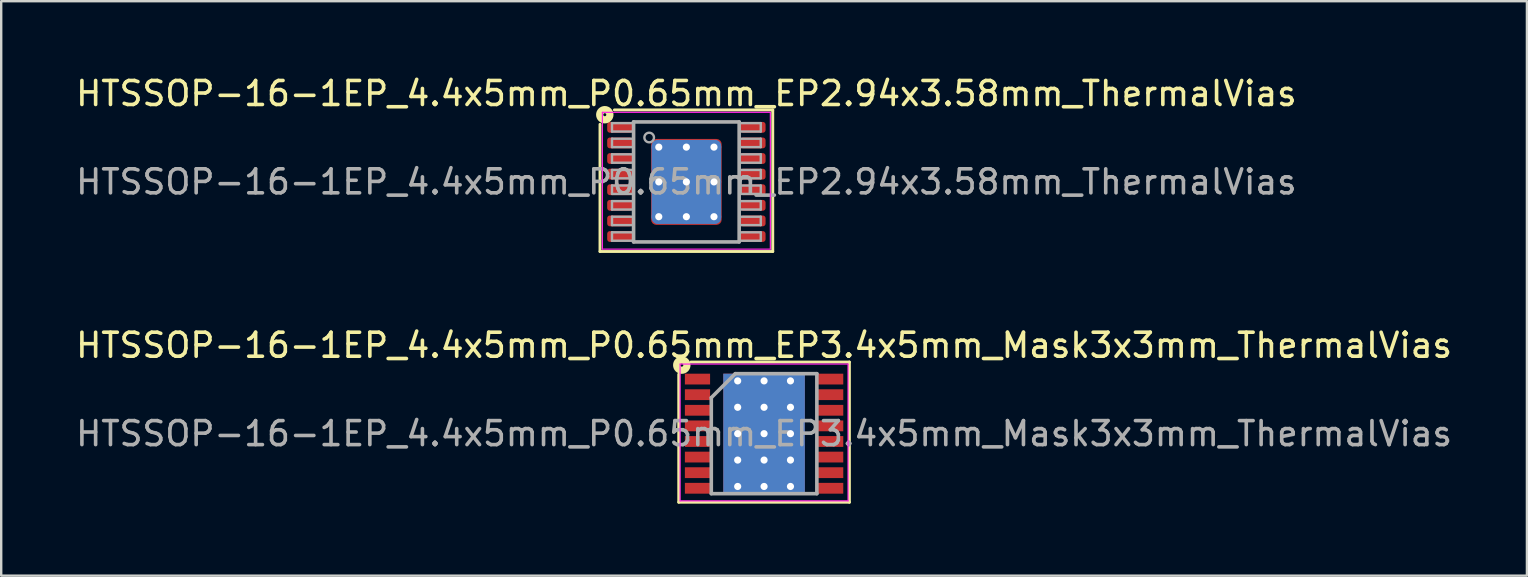
<source format=kicad_pcb>
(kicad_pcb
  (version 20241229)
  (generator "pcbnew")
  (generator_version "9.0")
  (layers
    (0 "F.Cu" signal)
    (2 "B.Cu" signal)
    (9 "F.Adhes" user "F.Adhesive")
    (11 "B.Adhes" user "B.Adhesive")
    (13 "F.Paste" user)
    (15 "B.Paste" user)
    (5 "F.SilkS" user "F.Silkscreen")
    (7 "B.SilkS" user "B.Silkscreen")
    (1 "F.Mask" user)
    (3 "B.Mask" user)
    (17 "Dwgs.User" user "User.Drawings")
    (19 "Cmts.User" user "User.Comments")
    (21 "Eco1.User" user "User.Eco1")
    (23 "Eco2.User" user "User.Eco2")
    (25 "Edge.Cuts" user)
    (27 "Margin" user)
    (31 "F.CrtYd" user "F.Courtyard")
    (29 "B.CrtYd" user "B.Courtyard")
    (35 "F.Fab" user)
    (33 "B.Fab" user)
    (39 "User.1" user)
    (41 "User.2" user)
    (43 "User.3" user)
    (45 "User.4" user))
  (footprint "HTSSOP-16-1EP_4.4x5mm_P0.65mm_EP3.4x5mm_Mask3x3mm_ThermalVias"
    (layer "F.Cu")
    (at 28.792 15.023)
    (property "Reference" "HTSSOP-16-1EP_4.4x5mm_P0.65mm_EP3.4x5mm_Mask3x3mm_ThermalVias" (at 0 -3.683 0) (layer "F.SilkS") (effects (font (size 1 1) (thickness 0.15))))
    (attr smd)
    (fp_line (start -3.556 -2.477) (end -3.556 2.857) (stroke (width 0.12) (type solid)) (layer "F.SilkS"))
    (fp_line (start -3.556 2.857) (end 3.556 2.857) (stroke (width 0.12) (type solid)) (layer "F.SilkS"))
    (fp_line (start 3.556 -2.985) (end -3.048 -2.985) (stroke (width 0.12) (type solid)) (layer "F.SilkS"))
    (fp_line (start 3.556 2.857) (end 3.556 -2.985) (stroke (width 0.12) (type solid)) (layer "F.SilkS"))
    (fp_circle (center -3.429 -2.857) (end -3.365 -2.857) (stroke (width 0.3) (type solid)) (fill no) (layer "F.SilkS"))
    (fp_line (start -3.5 -2.9) (end -3.5 2.8) (stroke (width 0.05) (type solid)) (layer "F.CrtYd"))
    (fp_line (start -3.5 -2.9) (end 3.5 -2.9) (stroke (width 0.05) (type solid)) (layer "F.CrtYd"))
    (fp_line (start -3.5 2.8) (end 3.5 2.8) (stroke (width 0.05) (type solid)) (layer "F.CrtYd"))
    (fp_line (start 3.5 -2.9) (end 3.5 2.8) (stroke (width 0.05) (type solid)) (layer "F.CrtYd"))
    (fp_line (start -2.2 -1.5) (end -1.2 -2.5) (stroke (width 0.15) (type solid)) (layer "F.Fab"))
    (fp_line (start -2.2 2.5) (end -2.2 -1.5) (stroke (width 0.15) (type solid)) (layer "F.Fab"))
    (fp_line (start -1.2 -2.5) (end 2.2 -2.5) (stroke (width 0.15) (type solid)) (layer "F.Fab"))
    (fp_line (start 2.2 -2.5) (end 2.2 2.5) (stroke (width 0.15) (type solid)) (layer "F.Fab"))
    (fp_line (start 2.2 2.5) (end -2.2 2.5) (stroke (width 0.15) (type solid)) (layer "F.Fab"))
    (fp_text user "${REFERENCE}" (at 0 0 0) (layer "F.Fab") (effects (font (size 1 1) (thickness 0.15))))
    (pad "" smd rect (at -1.325 -0.55 90) (size 0.8 0.25) (layers "F.Paste"))
    (pad "" smd rect (at -1.325 0.55 90) (size 0.8 0.25) (layers "F.Paste"))
    (pad "" smd rect (at -0.55 -1.325) (size 0.8 0.25) (layers "F.Paste"))
    (pad "" smd rect (at -0.55 -0.55) (size 0.85 0.8) (layers "F.Paste"))
    (pad "" smd rect (at -0.55 0.55) (size 0.85 0.85) (layers "F.Paste"))
    (pad "" smd rect (at -0.55 1.325) (size 0.8 0.25) (layers "F.Paste"))
    (pad "" smd rect (at 0 0) (size 3 3) (layers "F.Mask"))
    (pad "" smd rect (at 0.55 -1.325) (size 0.8 0.25) (layers "F.Paste"))
    (pad "" smd rect (at 0.55 -0.55) (size 0.85 0.85) (layers "F.Paste"))
    (pad "" smd rect (at 0.55 0.55) (size 0.85 0.85) (layers "F.Paste"))
    (pad "" smd rect (at 0.55 1.325) (size 0.8 0.25) (layers "F.Paste"))
    (pad "" smd rect (at 1.325 -0.55 90) (size 0.8 0.25) (layers "F.Paste"))
    (pad "" smd rect (at 1.325 0.55 90) (size 0.8 0.25) (layers "F.Paste"))
    (pad "1" smd rect (at -2.775 -2.275) (size 1.05 0.45) (layers "F.Cu" "F.Mask" "F.Paste"))
    (pad "2" smd rect (at -2.775 -1.625) (size 1.05 0.45) (layers "F.Cu" "F.Mask" "F.Paste"))
    (pad "3" smd rect (at -2.775 -0.975) (size 1.05 0.45) (layers "F.Cu" "F.Mask" "F.Paste"))
    (pad "4" smd rect (at -2.775 -0.325) (size 1.05 0.45) (layers "F.Cu" "F.Mask" "F.Paste"))
    (pad "5" smd rect (at -2.775 0.325) (size 1.05 0.45) (layers "F.Cu" "F.Mask" "F.Paste"))
    (pad "6" smd rect (at -2.775 0.975) (size 1.05 0.45) (layers "F.Cu" "F.Mask" "F.Paste"))
    (pad "7" smd rect (at -2.775 1.625) (size 1.05 0.45) (layers "F.Cu" "F.Mask" "F.Paste"))
    (pad "8" smd rect (at -2.775 2.275) (size 1.05 0.45) (layers "F.Cu" "F.Mask" "F.Paste"))
    (pad "9" smd rect (at 2.775 2.275) (size 1.05 0.45) (layers "F.Cu" "F.Mask" "F.Paste"))
    (pad "10" smd rect (at 2.775 1.625) (size 1.05 0.45) (layers "F.Cu" "F.Mask" "F.Paste"))
    (pad "11" smd rect (at 2.775 0.975) (size 1.05 0.45) (layers "F.Cu" "F.Mask" "F.Paste"))
    (pad "12" smd rect (at 2.775 0.325) (size 1.05 0.45) (layers "F.Cu" "F.Mask" "F.Paste"))
    (pad "13" smd rect (at 2.775 -0.325) (size 1.05 0.45) (layers "F.Cu" "F.Mask" "F.Paste"))
    (pad "14" smd rect (at 2.775 -0.975) (size 1.05 0.45) (layers "F.Cu" "F.Mask" "F.Paste"))
    (pad "15" smd rect (at 2.775 -1.625) (size 1.05 0.45) (layers "F.Cu" "F.Mask" "F.Paste"))
    (pad "16" smd rect (at 2.775 -2.275) (size 1.05 0.45) (layers "F.Cu" "F.Mask" "F.Paste"))
    (pad "17" thru_hole circle (at -1.1 -2.2) (size 0.6 0.6) (drill 0.3) (layers "*.Cu"))
    (pad "17" thru_hole circle (at -1.1 -1.1) (size 0.6 0.6) (drill 0.3) (layers "*.Cu"))
    (pad "17" thru_hole circle (at -1.1 0) (size 0.6 0.6) (drill 0.3) (layers "*.Cu"))
    (pad "17" thru_hole circle (at -1.1 1.1) (size 0.6 0.6) (drill 0.3) (layers "*.Cu"))
    (pad "17" thru_hole circle (at -1.1 2.2) (size 0.6 0.6) (drill 0.3) (layers "*.Cu"))
    (pad "17" thru_hole circle (at 0 -2.2) (size 0.6 0.6) (drill 0.3) (layers "*.Cu"))
    (pad "17" thru_hole circle (at 0 -1.1) (size 0.6 0.6) (drill 0.3) (layers "*.Cu"))
    (pad "17" thru_hole circle (at 0 0) (size 0.6 0.6) (drill 0.3) (layers "*.Cu"))
    (pad "17" smd rect (at 0 0) (size 3.4 5) (layers "F.Cu" "F.Mask"))
    (pad "17" smd rect (at 0 0) (size 3.4 5) (layers "B.Cu" "B.Mask"))
    (pad "17" thru_hole circle (at 0 1.1) (size 0.6 0.6) (drill 0.3) (layers "*.Cu"))
    (pad "17" thru_hole circle (at 0 2.2) (size 0.6 0.6) (drill 0.3) (layers "*.Cu"))
    (pad "17" thru_hole circle (at 1.1 -2.2) (size 0.6 0.6) (drill 0.3) (layers "*.Cu"))
    (pad "17" thru_hole circle (at 1.1 -1.1) (size 0.6 0.6) (drill 0.3) (layers "*.Cu"))
    (pad "17" thru_hole circle (at 1.1 0) (size 0.6 0.6) (drill 0.3) (layers "*.Cu"))
    (pad "17" thru_hole circle (at 1.1 1.1) (size 0.6 0.6) (drill 0.3) (layers "*.Cu"))
    (pad "17" thru_hole circle (at 1.1 2.2) (size 0.6 0.6) (drill 0.3) (layers "*.Cu")))
  (footprint "HTSSOP-16-1EP_4.4x5mm_P0.65mm_EP2.94x3.58mm_ThermalVias"
    (layer "F.Cu")
    (at 25.554 4.531)
    (property "Reference" "HTSSOP-16-1EP_4.4x5mm_P0.65mm_EP2.94x3.58mm_ThermalVias" (at 0 -3.683 0) (layer "F.SilkS") (effects (font (size 1 1) (thickness 0.15))))
    (attr smd)
    (fp_line (start -3.6 -2.4) (end -3.6 2.9) (stroke (width 0.12) (type solid)) (layer "F.SilkS"))
    (fp_line (start -3.6 2.9) (end 3.6 2.9) (stroke (width 0.12) (type solid)) (layer "F.SilkS"))
    (fp_line (start 3.6 -3) (end -3 -3) (stroke (width 0.12) (type solid)) (layer "F.SilkS"))
    (fp_line (start 3.6 2.9) (end 3.6 -3) (stroke (width 0.12) (type solid)) (layer "F.SilkS"))
    (fp_circle (center -3.4 -2.8) (end -3.337 -2.8) (stroke (width 0.3) (type solid)) (fill no) (layer "F.SilkS"))
    (fp_line (start -3.5 -2.9) (end -3.5 2.8) (stroke (width 0.05) (type solid)) (layer "F.CrtYd"))
    (fp_line (start -3.5 -2.9) (end 3.5 -2.9) (stroke (width 0.05) (type solid)) (layer "F.CrtYd"))
    (fp_line (start -3.5 2.8) (end 3.5 2.8) (stroke (width 0.05) (type solid)) (layer "F.CrtYd"))
    (fp_line (start 3.5 -2.9) (end 3.5 2.8) (stroke (width 0.05) (type solid)) (layer "F.CrtYd"))
    (fp_line (start -3.1 -2.45) (end -3.1 -2.1) (stroke (width 0.1) (type solid)) (layer "F.Fab"))
    (fp_line (start -3.1 -2.45) (end -2.2 -2.45) (stroke (width 0.1) (type solid)) (layer "F.Fab"))
    (fp_line (start -3.1 -2.1) (end -2.2 -2.1) (stroke (width 0.1) (type solid)) (layer "F.Fab"))
    (fp_line (start -3.1 -1.8) (end -3.1 -1.45) (stroke (width 0.1) (type solid)) (layer "F.Fab"))
    (fp_line (start -3.1 -1.8) (end -2.2 -1.8) (stroke (width 0.1) (type solid)) (layer "F.Fab"))
    (fp_line (start -3.1 -1.45) (end -2.2 -1.45) (stroke (width 0.1) (type solid)) (layer "F.Fab"))
    (fp_line (start -3.1 -1.15) (end -3.1 -0.8) (stroke (width 0.1) (type solid)) (layer "F.Fab"))
    (fp_line (start -3.1 -1.15) (end -2.2 -1.15) (stroke (width 0.1) (type solid)) (layer "F.Fab"))
    (fp_line (start -3.1 -0.8) (end -2.2 -0.8) (stroke (width 0.1) (type solid)) (layer "F.Fab"))
    (fp_line (start -3.1 -0.5) (end -3.1 -0.15) (stroke (width 0.1) (type solid)) (layer "F.Fab"))
    (fp_line (start -3.1 -0.5) (end -2.2 -0.5) (stroke (width 0.1) (type solid)) (layer "F.Fab"))
    (fp_line (start -3.1 -0.15) (end -2.2 -0.15) (stroke (width 0.1) (type solid)) (layer "F.Fab"))
    (fp_line (start -3.1 0.15) (end -3.1 0.5) (stroke (width 0.1) (type solid)) (layer "F.Fab"))
    (fp_line (start -3.1 0.15) (end -2.2 0.15) (stroke (width 0.1) (type solid)) (layer "F.Fab"))
    (fp_line (start -3.1 0.5) (end -2.2 0.5) (stroke (width 0.1) (type solid)) (layer "F.Fab"))
    (fp_line (start -3.1 0.8) (end -3.1 1.15) (stroke (width 0.1) (type solid)) (layer "F.Fab"))
    (fp_line (start -3.1 0.8) (end -2.2 0.8) (stroke (width 0.1) (type solid)) (layer "F.Fab"))
    (fp_line (start -3.1 1.15) (end -2.2 1.15) (stroke (width 0.1) (type solid)) (layer "F.Fab"))
    (fp_line (start -3.1 1.45) (end -3.1 1.8) (stroke (width 0.1) (type solid)) (layer "F.Fab"))
    (fp_line (start -3.1 1.45) (end -2.2 1.45) (stroke (width 0.1) (type solid)) (layer "F.Fab"))
    (fp_line (start -3.1 1.8) (end -2.2 1.8) (stroke (width 0.1) (type solid)) (layer "F.Fab"))
    (fp_line (start -3.1 2.1) (end -3.1 2.45) (stroke (width 0.1) (type solid)) (layer "F.Fab"))
    (fp_line (start -3.1 2.1) (end -2.2 2.1) (stroke (width 0.1) (type solid)) (layer "F.Fab"))
    (fp_line (start -3.1 2.45) (end -2.2 2.45) (stroke (width 0.1) (type solid)) (layer "F.Fab"))
    (fp_line (start -2.2 -2.5) (end 2.2 -2.5) (stroke (width 0.15) (type solid)) (layer "F.Fab"))
    (fp_line (start -2.2 2.5) (end -2.2 -2.5) (stroke (width 0.15) (type solid)) (layer "F.Fab"))
    (fp_line (start 2.2 -2.5) (end 2.2 2.5) (stroke (width 0.15) (type solid)) (layer "F.Fab"))
    (fp_line (start 2.2 2.5) (end -2.2 2.5) (stroke (width 0.15) (type solid)) (layer "F.Fab"))
    (fp_line (start 3.1 -2.45) (end 2.2 -2.45) (stroke (width 0.1) (type solid)) (layer "F.Fab"))
    (fp_line (start 3.1 -2.1) (end 2.2 -2.1) (stroke (width 0.1) (type solid)) (layer "F.Fab"))
    (fp_line (start 3.1 -2.1) (end 3.1 -2.45) (stroke (width 0.1) (type solid)) (layer "F.Fab"))
    (fp_line (start 3.1 -1.8) (end 2.2 -1.8) (stroke (width 0.1) (type solid)) (layer "F.Fab"))
    (fp_line (start 3.1 -1.45) (end 2.2 -1.45) (stroke (width 0.1) (type solid)) (layer "F.Fab"))
    (fp_line (start 3.1 -1.45) (end 3.1 -1.8) (stroke (width 0.1) (type solid)) (layer "F.Fab"))
    (fp_line (start 3.1 -1.15) (end 2.2 -1.15) (stroke (width 0.1) (type solid)) (layer "F.Fab"))
    (fp_line (start 3.1 -0.8) (end 2.2 -0.8) (stroke (width 0.1) (type solid)) (layer "F.Fab"))
    (fp_line (start 3.1 -0.8) (end 3.1 -1.15) (stroke (width 0.1) (type solid)) (layer "F.Fab"))
    (fp_line (start 3.1 -0.5) (end 2.2 -0.5) (stroke (width 0.1) (type solid)) (layer "F.Fab"))
    (fp_line (start 3.1 -0.15) (end 2.2 -0.15) (stroke (width 0.1) (type solid)) (layer "F.Fab"))
    (fp_line (start 3.1 -0.15) (end 3.1 -0.5) (stroke (width 0.1) (type solid)) (layer "F.Fab"))
    (fp_line (start 3.1 0.15) (end 2.2 0.15) (stroke (width 0.1) (type solid)) (layer "F.Fab"))
    (fp_line (start 3.1 0.5) (end 2.2 0.5) (stroke (width 0.1) (type solid)) (layer "F.Fab"))
    (fp_line (start 3.1 0.5) (end 3.1 0.15) (stroke (width 0.1) (type solid)) (layer "F.Fab"))
    (fp_line (start 3.1 0.8) (end 2.2 0.8) (stroke (width 0.1) (type solid)) (layer "F.Fab"))
    (fp_line (start 3.1 1.15) (end 2.2 1.15) (stroke (width 0.1) (type solid)) (layer "F.Fab"))
    (fp_line (start 3.1 1.15) (end 3.1 0.8) (stroke (width 0.1) (type solid)) (layer "F.Fab"))
    (fp_line (start 3.1 1.45) (end 2.2 1.45) (stroke (width 0.1) (type solid)) (layer "F.Fab"))
    (fp_line (start 3.1 1.8) (end 2.2 1.8) (stroke (width 0.1) (type solid)) (layer "F.Fab"))
    (fp_line (start 3.1 1.8) (end 3.1 1.45) (stroke (width 0.1) (type solid)) (layer "F.Fab"))
    (fp_line (start 3.1 2.1) (end 2.2 2.1) (stroke (width 0.1) (type solid)) (layer "F.Fab"))
    (fp_line (start 3.1 2.45) (end 2.2 2.45) (stroke (width 0.1) (type solid)) (layer "F.Fab"))
    (fp_line (start 3.1 2.45) (end 3.1 2.1) (stroke (width 0.1) (type solid)) (layer "F.Fab"))
    (fp_circle (center -1.55 -1.85) (end -1.35 -1.85) (stroke (width 0.1) (type solid)) (fill no) (layer "F.Fab"))
    (fp_text user "${REFERENCE}" (at 0 0 0) (layer "F.Fab") (effects (font (size 1 1) (thickness 0.15))))
    (pad "" smd roundrect (at -0.65 -0.8) (size 1.1 1.4) (layers "F.Paste") (roundrect_rratio 0.25))
    (pad "" smd roundrect (at -0.65 0.8) (size 1.1 1.4) (layers "F.Paste") (roundrect_rratio 0.25))
    (pad "" smd roundrect (at 0.65 -0.8) (size 1.1 1.4) (layers "F.Paste") (roundrect_rratio 0.25))
    (pad "" smd roundrect (at 0.65 0.8) (size 1.1 1.4) (layers "F.Paste") (roundrect_rratio 0.25))
    (pad "1" smd roundrect (at -2.775 -2.275) (size 1.05 0.45) (layers "F.Cu" "F.Mask" "F.Paste") (roundrect_rratio 0.25))
    (pad "2" smd roundrect (at -2.775 -1.625) (size 1.05 0.45) (layers "F.Cu" "F.Mask" "F.Paste") (roundrect_rratio 0.25))
    (pad "3" smd roundrect (at -2.775 -0.975) (size 1.05 0.45) (layers "F.Cu" "F.Mask" "F.Paste") (roundrect_rratio 0.25))
    (pad "4" smd roundrect (at -2.775 -0.325) (size 1.05 0.45) (layers "F.Cu" "F.Mask" "F.Paste") (roundrect_rratio 0.25))
    (pad "5" smd roundrect (at -2.775 0.325) (size 1.05 0.45) (layers "F.Cu" "F.Mask" "F.Paste") (roundrect_rratio 0.25))
    (pad "6" smd roundrect (at -2.775 0.975) (size 1.05 0.45) (layers "F.Cu" "F.Mask" "F.Paste") (roundrect_rratio 0.25))
    (pad "7" smd roundrect (at -2.775 1.625) (size 1.05 0.45) (layers "F.Cu" "F.Mask" "F.Paste") (roundrect_rratio 0.25))
    (pad "8" smd roundrect (at -2.775 2.275) (size 1.05 0.45) (layers "F.Cu" "F.Mask" "F.Paste") (roundrect_rratio 0.25))
    (pad "9" smd roundrect (at 2.775 2.275) (size 1.05 0.45) (layers "F.Cu" "F.Mask" "F.Paste") (roundrect_rratio 0.25))
    (pad "10" smd roundrect (at 2.775 1.625) (size 1.05 0.45) (layers "F.Cu" "F.Mask" "F.Paste") (roundrect_rratio 0.25))
    (pad "11" smd roundrect (at 2.775 0.975) (size 1.05 0.45) (layers "F.Cu" "F.Mask" "F.Paste") (roundrect_rratio 0.25))
    (pad "12" smd roundrect (at 2.775 0.325) (size 1.05 0.45) (layers "F.Cu" "F.Mask" "F.Paste") (roundrect_rratio 0.25))
    (pad "13" smd roundrect (at 2.775 -0.325) (size 1.05 0.45) (layers "F.Cu" "F.Mask" "F.Paste") (roundrect_rratio 0.25))
    (pad "14" smd roundrect (at 2.775 -0.975) (size 1.05 0.45) (layers "F.Cu" "F.Mask" "F.Paste") (roundrect_rratio 0.25))
    (pad "15" smd roundrect (at 2.775 -1.625) (size 1.05 0.45) (layers "F.Cu" "F.Mask" "F.Paste") (roundrect_rratio 0.25))
    (pad "16" smd roundrect (at 2.775 -2.275) (size 1.05 0.45) (layers "F.Cu" "F.Mask" "F.Paste") (roundrect_rratio 0.25))
    (pad "17" thru_hole circle (at -1.15 -1.45) (size 0.6 0.6) (drill 0.3) (property pad_prop_heatsink) (layers "*.Cu"))
    (pad "17" thru_hole circle (at -1.15 0) (size 0.6 0.6) (drill 0.3) (property pad_prop_heatsink) (layers "*.Cu"))
    (pad "17" thru_hole circle (at -1.15 1.45) (size 0.6 0.6) (drill 0.3) (property pad_prop_heatsink) (layers "*.Cu"))
    (pad "17" thru_hole circle (at 0 -1.45) (size 0.6 0.6) (drill 0.3) (property pad_prop_heatsink) (layers "*.Cu"))
    (pad "17" thru_hole circle (at 0 0) (size 0.6 0.6) (drill 0.3) (property pad_prop_heatsink) (layers "*.Cu"))
    (pad "17" smd roundrect (at 0 0) (size 2.9 3.5) (layers "B.Cu" "B.Mask") (roundrect_rratio 0.086))
    (pad "17" smd roundrect (at 0 0) (size 2.94 3.58) (layers "F.Cu" "F.Mask") (roundrect_rratio 0.074))
    (pad "17" thru_hole circle (at 0 1.45) (size 0.6 0.6) (drill 0.3) (property pad_prop_heatsink) (layers "*.Cu"))
    (pad "17" thru_hole circle (at 1.15 -1.45) (size 0.6 0.6) (drill 0.3) (property pad_prop_heatsink) (layers "*.Cu"))
    (pad "17" thru_hole circle (at 1.15 0) (size 0.6 0.6) (drill 0.3) (property pad_prop_heatsink) (layers "*.Cu"))
    (pad "17" thru_hole circle (at 1.15 1.45) (size 0.6 0.6) (drill 0.3) (property pad_prop_heatsink) (layers "*.Cu")))
  (gr_rect
    (start -3 -3)
    (end 60.583 20.94)
    (stroke (width 0.1) (type default))
    (fill no)
    (layer "Edge.Cuts")))
</source>
